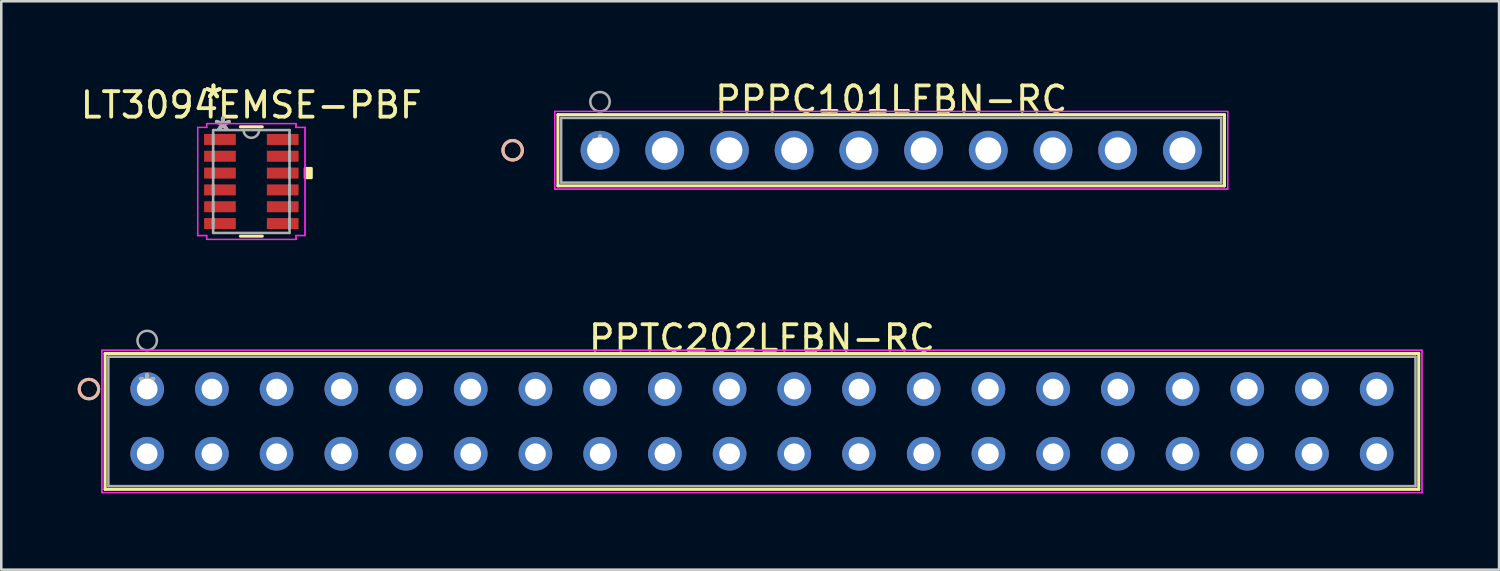
<source format=kicad_pcb>
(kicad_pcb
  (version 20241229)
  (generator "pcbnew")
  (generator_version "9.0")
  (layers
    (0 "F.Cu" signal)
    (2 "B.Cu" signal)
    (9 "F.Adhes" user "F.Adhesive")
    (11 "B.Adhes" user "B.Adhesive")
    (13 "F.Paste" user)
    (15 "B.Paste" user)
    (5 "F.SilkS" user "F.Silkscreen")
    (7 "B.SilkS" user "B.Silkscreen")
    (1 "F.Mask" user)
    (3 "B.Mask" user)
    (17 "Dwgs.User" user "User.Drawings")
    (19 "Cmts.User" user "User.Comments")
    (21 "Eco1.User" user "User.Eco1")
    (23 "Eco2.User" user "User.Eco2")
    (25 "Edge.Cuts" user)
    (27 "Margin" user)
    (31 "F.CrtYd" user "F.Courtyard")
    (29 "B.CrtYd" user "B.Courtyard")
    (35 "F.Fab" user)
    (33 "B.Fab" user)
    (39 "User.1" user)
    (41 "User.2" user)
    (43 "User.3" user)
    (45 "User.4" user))
  (footprint "LT3094EMSE-PBF"
    (layer "F.Cu")
    (at 6.815 4.074)
    (property "Reference" "LT3094EMSE-PBF" (at 0 -3 0) (layer "F.SilkS") (effects (font (size 1 1) (thickness 0.15))))
    (attr through_hole)
    (fp_line (start -0.429 2.146) (end 0.429 2.146) (stroke (width 0.12) (type solid)) (layer "F.SilkS"))
    (fp_line (start 0.429 -2.146) (end -0.429 -2.146) (stroke (width 0.12) (type solid)) (layer "F.SilkS"))
    (fp_poly (pts (xy 2.362 -0.521) (xy 2.362 -0.14) (xy 2.108 -0.14) (xy 2.108 -0.521)) (stroke (width 0.1) (type solid)) (fill yes) (layer "F.SilkS"))
    (fp_line (start -2.108 -2.121) (end -1.753 -2.121) (stroke (width 0.05) (type solid)) (layer "F.CrtYd"))
    (fp_line (start -2.108 -2.121) (end -1.753 -2.121) (stroke (width 0.05) (type solid)) (layer "F.CrtYd"))
    (fp_line (start -2.108 2.121) (end -2.108 -2.121) (stroke (width 0.05) (type solid)) (layer "F.CrtYd"))
    (fp_line (start -2.108 2.121) (end -2.108 -2.121) (stroke (width 0.05) (type solid)) (layer "F.CrtYd"))
    (fp_line (start -2.108 2.121) (end -1.753 2.121) (stroke (width 0.05) (type solid)) (layer "F.CrtYd"))
    (fp_line (start -1.753 -2.273) (end 1.753 -2.273) (stroke (width 0.05) (type solid)) (layer "F.CrtYd"))
    (fp_line (start -1.753 -2.273) (end 1.753 -2.273) (stroke (width 0.05) (type solid)) (layer "F.CrtYd"))
    (fp_line (start -1.753 -2.121) (end -1.753 -2.273) (stroke (width 0.05) (type solid)) (layer "F.CrtYd"))
    (fp_line (start -1.753 -2.121) (end -1.753 -2.273) (stroke (width 0.05) (type solid)) (layer "F.CrtYd"))
    (fp_line (start -1.753 2.121) (end -2.108 2.121) (stroke (width 0.05) (type solid)) (layer "F.CrtYd"))
    (fp_line (start -1.753 2.273) (end -1.753 2.121) (stroke (width 0.05) (type solid)) (layer "F.CrtYd"))
    (fp_line (start -1.753 2.273) (end -1.753 2.121) (stroke (width 0.05) (type solid)) (layer "F.CrtYd"))
    (fp_line (start 1.753 -2.273) (end 1.753 -2.121) (stroke (width 0.05) (type solid)) (layer "F.CrtYd"))
    (fp_line (start 1.753 -2.273) (end 1.753 -2.121) (stroke (width 0.05) (type solid)) (layer "F.CrtYd"))
    (fp_line (start 1.753 -2.121) (end 2.108 -2.121) (stroke (width 0.05) (type solid)) (layer "F.CrtYd"))
    (fp_line (start 1.753 2.121) (end 1.753 2.273) (stroke (width 0.05) (type solid)) (layer "F.CrtYd"))
    (fp_line (start 1.753 2.121) (end 1.753 2.273) (stroke (width 0.05) (type solid)) (layer "F.CrtYd"))
    (fp_line (start 1.753 2.273) (end -1.753 2.273) (stroke (width 0.05) (type solid)) (layer "F.CrtYd"))
    (fp_line (start 1.753 2.273) (end -1.753 2.273) (stroke (width 0.05) (type solid)) (layer "F.CrtYd"))
    (fp_line (start 2.108 -2.121) (end 1.753 -2.121) (stroke (width 0.05) (type solid)) (layer "F.CrtYd"))
    (fp_line (start 2.108 -2.121) (end 2.108 2.121) (stroke (width 0.05) (type solid)) (layer "F.CrtYd"))
    (fp_line (start 2.108 -2.121) (end 2.108 2.121) (stroke (width 0.05) (type solid)) (layer "F.CrtYd"))
    (fp_line (start 2.108 2.121) (end 1.753 2.121) (stroke (width 0.05) (type solid)) (layer "F.CrtYd"))
    (fp_line (start 2.108 2.121) (end 1.753 2.121) (stroke (width 0.05) (type solid)) (layer "F.CrtYd"))
    (fp_line (start -1.499 -2.019) (end -1.499 2.019) (stroke (width 0.1) (type solid)) (layer "F.Fab"))
    (fp_line (start -1.499 -1.841) (end -1.499 -1.841) (stroke (width 0.1) (type solid)) (layer "F.Fab"))
    (fp_line (start -1.499 -1.841) (end -1.499 -1.46) (stroke (width 0.1) (type solid)) (layer "F.Fab"))
    (fp_line (start -1.499 -1.46) (end -1.499 -1.841) (stroke (width 0.1) (type solid)) (layer "F.Fab"))
    (fp_line (start -1.499 -1.46) (end -1.499 -1.46) (stroke (width 0.1) (type solid)) (layer "F.Fab"))
    (fp_line (start -1.499 -1.181) (end -1.499 -1.181) (stroke (width 0.1) (type solid)) (layer "F.Fab"))
    (fp_line (start -1.499 -1.181) (end -1.499 -0.8) (stroke (width 0.1) (type solid)) (layer "F.Fab"))
    (fp_line (start -1.499 -0.8) (end -1.499 -1.181) (stroke (width 0.1) (type solid)) (layer "F.Fab"))
    (fp_line (start -1.499 -0.8) (end -1.499 -0.8) (stroke (width 0.1) (type solid)) (layer "F.Fab"))
    (fp_line (start -1.499 -0.521) (end -1.499 -0.521) (stroke (width 0.1) (type solid)) (layer "F.Fab"))
    (fp_line (start -1.499 -0.521) (end -1.499 -0.14) (stroke (width 0.1) (type solid)) (layer "F.Fab"))
    (fp_line (start -1.499 -0.14) (end -1.499 -0.521) (stroke (width 0.1) (type solid)) (layer "F.Fab"))
    (fp_line (start -1.499 -0.14) (end -1.499 -0.14) (stroke (width 0.1) (type solid)) (layer "F.Fab"))
    (fp_line (start -1.499 0.14) (end -1.499 0.14) (stroke (width 0.1) (type solid)) (layer "F.Fab"))
    (fp_line (start -1.499 0.14) (end -1.499 0.521) (stroke (width 0.1) (type solid)) (layer "F.Fab"))
    (fp_line (start -1.499 0.521) (end -1.499 0.14) (stroke (width 0.1) (type solid)) (layer "F.Fab"))
    (fp_line (start -1.499 0.521) (end -1.499 0.521) (stroke (width 0.1) (type solid)) (layer "F.Fab"))
    (fp_line (start -1.499 0.8) (end -1.499 0.8) (stroke (width 0.1) (type solid)) (layer "F.Fab"))
    (fp_line (start -1.499 0.8) (end -1.499 1.181) (stroke (width 0.1) (type solid)) (layer "F.Fab"))
    (fp_line (start -1.499 1.181) (end -1.499 0.8) (stroke (width 0.1) (type solid)) (layer "F.Fab"))
    (fp_line (start -1.499 1.181) (end -1.499 1.181) (stroke (width 0.1) (type solid)) (layer "F.Fab"))
    (fp_line (start -1.499 1.46) (end -1.499 1.46) (stroke (width 0.1) (type solid)) (layer "F.Fab"))
    (fp_line (start -1.499 1.46) (end -1.499 1.841) (stroke (width 0.1) (type solid)) (layer "F.Fab"))
    (fp_line (start -1.499 1.841) (end -1.499 1.46) (stroke (width 0.1) (type solid)) (layer "F.Fab"))
    (fp_line (start -1.499 1.841) (end -1.499 1.841) (stroke (width 0.1) (type solid)) (layer "F.Fab"))
    (fp_line (start -1.499 2.019) (end 1.499 2.019) (stroke (width 0.1) (type solid)) (layer "F.Fab"))
    (fp_line (start 1.499 -2.019) (end -1.499 -2.019) (stroke (width 0.1) (type solid)) (layer "F.Fab"))
    (fp_line (start 1.499 -1.841) (end 1.499 -1.841) (stroke (width 0.1) (type solid)) (layer "F.Fab"))
    (fp_line (start 1.499 -1.841) (end 1.499 -1.46) (stroke (width 0.1) (type solid)) (layer "F.Fab"))
    (fp_line (start 1.499 -1.46) (end 1.499 -1.841) (stroke (width 0.1) (type solid)) (layer "F.Fab"))
    (fp_line (start 1.499 -1.46) (end 1.499 -1.46) (stroke (width 0.1) (type solid)) (layer "F.Fab"))
    (fp_line (start 1.499 -1.181) (end 1.499 -1.181) (stroke (width 0.1) (type solid)) (layer "F.Fab"))
    (fp_line (start 1.499 -1.181) (end 1.499 -0.8) (stroke (width 0.1) (type solid)) (layer "F.Fab"))
    (fp_line (start 1.499 -0.8) (end 1.499 -1.181) (stroke (width 0.1) (type solid)) (layer "F.Fab"))
    (fp_line (start 1.499 -0.8) (end 1.499 -0.8) (stroke (width 0.1) (type solid)) (layer "F.Fab"))
    (fp_line (start 1.499 -0.521) (end 1.499 -0.521) (stroke (width 0.1) (type solid)) (layer "F.Fab"))
    (fp_line (start 1.499 -0.521) (end 1.499 -0.14) (stroke (width 0.1) (type solid)) (layer "F.Fab"))
    (fp_line (start 1.499 -0.14) (end 1.499 -0.521) (stroke (width 0.1) (type solid)) (layer "F.Fab"))
    (fp_line (start 1.499 -0.14) (end 1.499 -0.14) (stroke (width 0.1) (type solid)) (layer "F.Fab"))
    (fp_line (start 1.499 0.14) (end 1.499 0.14) (stroke (width 0.1) (type solid)) (layer "F.Fab"))
    (fp_line (start 1.499 0.14) (end 1.499 0.521) (stroke (width 0.1) (type solid)) (layer "F.Fab"))
    (fp_line (start 1.499 0.521) (end 1.499 0.14) (stroke (width 0.1) (type solid)) (layer "F.Fab"))
    (fp_line (start 1.499 0.521) (end 1.499 0.521) (stroke (width 0.1) (type solid)) (layer "F.Fab"))
    (fp_line (start 1.499 0.8) (end 1.499 0.8) (stroke (width 0.1) (type solid)) (layer "F.Fab"))
    (fp_line (start 1.499 0.8) (end 1.499 1.181) (stroke (width 0.1) (type solid)) (layer "F.Fab"))
    (fp_line (start 1.499 1.181) (end 1.499 0.8) (stroke (width 0.1) (type solid)) (layer "F.Fab"))
    (fp_line (start 1.499 1.181) (end 1.499 1.181) (stroke (width 0.1) (type solid)) (layer "F.Fab"))
    (fp_line (start 1.499 1.46) (end 1.499 1.46) (stroke (width 0.1) (type solid)) (layer "F.Fab"))
    (fp_line (start 1.499 1.46) (end 1.499 1.841) (stroke (width 0.1) (type solid)) (layer "F.Fab"))
    (fp_line (start 1.499 1.841) (end 1.499 1.46) (stroke (width 0.1) (type solid)) (layer "F.Fab"))
    (fp_line (start 1.499 1.841) (end 1.499 1.841) (stroke (width 0.1) (type solid)) (layer "F.Fab"))
    (fp_line (start 1.499 2.019) (end 1.499 -2.019) (stroke (width 0.1) (type solid)) (layer "F.Fab"))
    (fp_arc (start 0.3048 -2.0193) (mid 0 -1.7145) (end -0.3048 -2.0193) (stroke (width 0.1) (type solid)) (layer "F.Fab"))
    (fp_text user "*" (at -1.486 -3.226 0) (layer "F.SilkS") (effects (font (size 1 1) (thickness 0.15))))
    (fp_text user "*" (at -1.486 -3.226 0) (layer "F.SilkS") (effects (font (size 1 1) (thickness 0.15))))
    (fp_text user "*" (at -1.118 -1.943 0) (layer "F.Fab") (effects (font (size 1 1) (thickness 0.15))))
    (fp_text user "*" (at -1.118 -1.943 0) (layer "F.Fab") (effects (font (size 1 1) (thickness 0.15))))
    (pad "1" smd rect (at -1.232 -1.651) (size 1.245 0.432) (layers "F.Cu" "F.Mask" "F.Paste"))
    (pad "2" smd rect (at -1.232 -0.991) (size 1.245 0.432) (layers "F.Cu" "F.Mask" "F.Paste"))
    (pad "3" smd rect (at -1.232 -0.33) (size 1.245 0.432) (layers "F.Cu" "F.Mask" "F.Paste"))
    (pad "4" smd rect (at -1.232 0.33) (size 1.245 0.432) (layers "F.Cu" "F.Mask" "F.Paste"))
    (pad "5" smd rect (at -1.232 0.991) (size 1.245 0.432) (layers "F.Cu" "F.Mask" "F.Paste"))
    (pad "6" smd rect (at -1.232 1.651) (size 1.245 0.432) (layers "F.Cu" "F.Mask" "F.Paste"))
    (pad "7" smd rect (at 1.232 1.651) (size 1.245 0.432) (layers "F.Cu" "F.Mask" "F.Paste"))
    (pad "8" smd rect (at 1.232 0.991) (size 1.245 0.432) (layers "F.Cu" "F.Mask" "F.Paste"))
    (pad "9" smd rect (at 1.232 0.33) (size 1.245 0.432) (layers "F.Cu" "F.Mask" "F.Paste"))
    (pad "10" smd rect (at 1.232 -0.33) (size 1.245 0.432) (layers "F.Cu" "F.Mask" "F.Paste"))
    (pad "11" smd rect (at 1.232 -0.991) (size 1.245 0.432) (layers "F.Cu" "F.Mask" "F.Paste"))
    (pad "12" smd rect (at 1.232 -1.651) (size 1.245 0.432) (layers "F.Cu" "F.Mask" "F.Paste")))
  (footprint "PPTC202LFBN-RC"
    (layer "F.Cu")
    (at 2.727 12.221)
    (property "Reference" "PPTC202LFBN-RC" (at 24.13 -2 0) (layer "F.SilkS") (effects (font (size 1 1) (thickness 0.15))))
    (attr through_hole)
    (fp_line (start -1.651 -1.397) (end -1.651 3.937) (stroke (width 0.12) (type solid)) (layer "F.SilkS"))
    (fp_line (start -1.651 3.937) (end 49.911 3.937) (stroke (width 0.12) (type solid)) (layer "F.SilkS"))
    (fp_line (start 49.911 -1.397) (end -1.651 -1.397) (stroke (width 0.12) (type solid)) (layer "F.SilkS"))
    (fp_line (start 49.911 3.937) (end 49.911 -1.397) (stroke (width 0.12) (type solid)) (layer "F.SilkS"))
    (fp_circle (center -2.286 0) (end -1.905 0) (stroke (width 0.12) (type solid)) (fill no) (layer "F.SilkS"))
    (fp_circle (center -2.286 0) (end -1.905 0) (stroke (width 0.12) (type solid)) (fill no) (layer "B.SilkS"))
    (fp_line (start -1.778 -1.524) (end -1.778 4.064) (stroke (width 0.05) (type solid)) (layer "F.CrtYd"))
    (fp_line (start -1.778 -1.524) (end -1.778 4.064) (stroke (width 0.05) (type solid)) (layer "F.CrtYd"))
    (fp_line (start -1.778 4.064) (end 50.038 4.064) (stroke (width 0.05) (type solid)) (layer "F.CrtYd"))
    (fp_line (start -1.778 4.064) (end 50.038 4.064) (stroke (width 0.05) (type solid)) (layer "F.CrtYd"))
    (fp_line (start 50.038 -1.524) (end -1.778 -1.524) (stroke (width 0.05) (type solid)) (layer "F.CrtYd"))
    (fp_line (start 50.038 -1.524) (end -1.778 -1.524) (stroke (width 0.05) (type solid)) (layer "F.CrtYd"))
    (fp_line (start 50.038 4.064) (end 50.038 -1.524) (stroke (width 0.05) (type solid)) (layer "F.CrtYd"))
    (fp_line (start 50.038 4.064) (end 50.038 -1.524) (stroke (width 0.05) (type solid)) (layer "F.CrtYd"))
    (fp_line (start -1.524 -1.27) (end -1.524 3.81) (stroke (width 0.1) (type solid)) (layer "F.Fab"))
    (fp_line (start -1.524 3.81) (end 49.784 3.81) (stroke (width 0.1) (type solid)) (layer "F.Fab"))
    (fp_line (start 49.784 -1.27) (end -1.524 -1.27) (stroke (width 0.1) (type solid)) (layer "F.Fab"))
    (fp_line (start 49.784 3.81) (end 49.784 -1.27) (stroke (width 0.1) (type solid)) (layer "F.Fab"))
    (fp_circle (center 0 -1.905) (end 0.381 -1.905) (stroke (width 0.1) (type solid)) (fill no) (layer "F.Fab"))
    (fp_text user "*" (at 0 0 0) (layer "F.SilkS") (effects (font (size 1 1) (thickness 0.15))))
    (fp_text user "*" (at 0 0 0) (layer "F.Fab") (effects (font (size 1 1) (thickness 0.15))))
    (pad "1" thru_hole circle (at 0 0) (size 1.321 1.321) (drill 0.813) (layers "*.Cu" "*.Mask"))
    (pad "2" thru_hole circle (at 0 2.54) (size 1.321 1.321) (drill 0.813) (layers "*.Cu" "*.Mask"))
    (pad "3" thru_hole circle (at 2.54 0) (size 1.321 1.321) (drill 0.813) (layers "*.Cu" "*.Mask"))
    (pad "4" thru_hole circle (at 2.54 2.54) (size 1.321 1.321) (drill 0.813) (layers "*.Cu" "*.Mask"))
    (pad "5" thru_hole circle (at 5.08 0) (size 1.321 1.321) (drill 0.813) (layers "*.Cu" "*.Mask"))
    (pad "6" thru_hole circle (at 5.08 2.54) (size 1.321 1.321) (drill 0.813) (layers "*.Cu" "*.Mask"))
    (pad "7" thru_hole circle (at 7.62 0) (size 1.321 1.321) (drill 0.813) (layers "*.Cu" "*.Mask"))
    (pad "8" thru_hole circle (at 7.62 2.54) (size 1.321 1.321) (drill 0.813) (layers "*.Cu" "*.Mask"))
    (pad "9" thru_hole circle (at 10.16 0) (size 1.321 1.321) (drill 0.813) (layers "*.Cu" "*.Mask"))
    (pad "10" thru_hole circle (at 10.16 2.54) (size 1.321 1.321) (drill 0.813) (layers "*.Cu" "*.Mask"))
    (pad "11" thru_hole circle (at 12.7 0) (size 1.321 1.321) (drill 0.813) (layers "*.Cu" "*.Mask"))
    (pad "12" thru_hole circle (at 12.7 2.54) (size 1.321 1.321) (drill 0.813) (layers "*.Cu" "*.Mask"))
    (pad "13" thru_hole circle (at 15.24 0) (size 1.321 1.321) (drill 0.813) (layers "*.Cu" "*.Mask"))
    (pad "14" thru_hole circle (at 15.24 2.54) (size 1.321 1.321) (drill 0.813) (layers "*.Cu" "*.Mask"))
    (pad "15" thru_hole circle (at 17.78 0) (size 1.321 1.321) (drill 0.813) (layers "*.Cu" "*.Mask"))
    (pad "16" thru_hole circle (at 17.78 2.54) (size 1.321 1.321) (drill 0.813) (layers "*.Cu" "*.Mask"))
    (pad "17" thru_hole circle (at 20.32 0) (size 1.321 1.321) (drill 0.813) (layers "*.Cu" "*.Mask"))
    (pad "18" thru_hole circle (at 20.32 2.54) (size 1.321 1.321) (drill 0.813) (layers "*.Cu" "*.Mask"))
    (pad "19" thru_hole circle (at 22.86 0) (size 1.321 1.321) (drill 0.813) (layers "*.Cu" "*.Mask"))
    (pad "20" thru_hole circle (at 22.86 2.54) (size 1.321 1.321) (drill 0.813) (layers "*.Cu" "*.Mask"))
    (pad "21" thru_hole circle (at 25.4 0) (size 1.321 1.321) (drill 0.813) (layers "*.Cu" "*.Mask"))
    (pad "22" thru_hole circle (at 25.4 2.54) (size 1.321 1.321) (drill 0.813) (layers "*.Cu" "*.Mask"))
    (pad "23" thru_hole circle (at 27.94 0) (size 1.321 1.321) (drill 0.813) (layers "*.Cu" "*.Mask"))
    (pad "24" thru_hole circle (at 27.94 2.54) (size 1.321 1.321) (drill 0.813) (layers "*.Cu" "*.Mask"))
    (pad "25" thru_hole circle (at 30.48 0) (size 1.321 1.321) (drill 0.813) (layers "*.Cu" "*.Mask"))
    (pad "26" thru_hole circle (at 30.48 2.54) (size 1.321 1.321) (drill 0.813) (layers "*.Cu" "*.Mask"))
    (pad "27" thru_hole circle (at 33.02 0) (size 1.321 1.321) (drill 0.813) (layers "*.Cu" "*.Mask"))
    (pad "28" thru_hole circle (at 33.02 2.54) (size 1.321 1.321) (drill 0.813) (layers "*.Cu" "*.Mask"))
    (pad "29" thru_hole circle (at 35.56 0) (size 1.321 1.321) (drill 0.813) (layers "*.Cu" "*.Mask"))
    (pad "30" thru_hole circle (at 35.56 2.54) (size 1.321 1.321) (drill 0.813) (layers "*.Cu" "*.Mask"))
    (pad "31" thru_hole circle (at 38.1 0) (size 1.321 1.321) (drill 0.813) (layers "*.Cu" "*.Mask"))
    (pad "32" thru_hole circle (at 38.1 2.54) (size 1.321 1.321) (drill 0.813) (layers "*.Cu" "*.Mask"))
    (pad "33" thru_hole circle (at 40.64 0) (size 1.321 1.321) (drill 0.813) (layers "*.Cu" "*.Mask"))
    (pad "34" thru_hole circle (at 40.64 2.54) (size 1.321 1.321) (drill 0.813) (layers "*.Cu" "*.Mask"))
    (pad "35" thru_hole circle (at 43.18 0) (size 1.321 1.321) (drill 0.813) (layers "*.Cu" "*.Mask"))
    (pad "36" thru_hole circle (at 43.18 2.54) (size 1.321 1.321) (drill 0.813) (layers "*.Cu" "*.Mask"))
    (pad "37" thru_hole circle (at 45.72 0) (size 1.321 1.321) (drill 0.813) (layers "*.Cu" "*.Mask"))
    (pad "38" thru_hole circle (at 45.72 2.54) (size 1.321 1.321) (drill 0.813) (layers "*.Cu" "*.Mask"))
    (pad "39" thru_hole circle (at 48.26 0) (size 1.321 1.321) (drill 0.813) (layers "*.Cu" "*.Mask"))
    (pad "40" thru_hole circle (at 48.26 2.54) (size 1.321 1.321) (drill 0.813) (layers "*.Cu" "*.Mask")))
  (footprint "PPPC101LFBN-RC"
    (layer "F.Cu")
    (at 20.501 2.848)
    (property "Reference" "PPPC101LFBN-RC" (at 11.43 -2 0) (layer "F.SilkS") (effects (font (size 1 1) (thickness 0.15))))
    (attr through_hole)
    (fp_line (start -1.651 -1.397) (end -1.651 1.397) (stroke (width 0.12) (type solid)) (layer "F.SilkS"))
    (fp_line (start -1.651 1.397) (end 24.511 1.397) (stroke (width 0.12) (type solid)) (layer "F.SilkS"))
    (fp_line (start 24.511 -1.397) (end -1.651 -1.397) (stroke (width 0.12) (type solid)) (layer "F.SilkS"))
    (fp_line (start 24.511 1.397) (end 24.511 -1.397) (stroke (width 0.12) (type solid)) (layer "F.SilkS"))
    (fp_circle (center -3.429 0) (end -3.048 0) (stroke (width 0.12) (type solid)) (fill no) (layer "F.SilkS"))
    (fp_circle (center -3.429 0) (end -3.048 0) (stroke (width 0.12) (type solid)) (fill no) (layer "B.SilkS"))
    (fp_line (start -1.778 -1.524) (end -1.778 1.524) (stroke (width 0.05) (type solid)) (layer "F.CrtYd"))
    (fp_line (start -1.778 -1.524) (end -1.778 1.524) (stroke (width 0.05) (type solid)) (layer "F.CrtYd"))
    (fp_line (start -1.778 1.524) (end 24.638 1.524) (stroke (width 0.05) (type solid)) (layer "F.CrtYd"))
    (fp_line (start -1.778 1.524) (end 24.638 1.524) (stroke (width 0.05) (type solid)) (layer "F.CrtYd"))
    (fp_line (start 24.638 -1.524) (end -1.778 -1.524) (stroke (width 0.05) (type solid)) (layer "F.CrtYd"))
    (fp_line (start 24.638 -1.524) (end -1.778 -1.524) (stroke (width 0.05) (type solid)) (layer "F.CrtYd"))
    (fp_line (start 24.638 1.524) (end 24.638 -1.524) (stroke (width 0.05) (type solid)) (layer "F.CrtYd"))
    (fp_line (start 24.638 1.524) (end 24.638 -1.524) (stroke (width 0.05) (type solid)) (layer "F.CrtYd"))
    (fp_line (start -1.524 -1.27) (end -1.524 1.27) (stroke (width 0.1) (type solid)) (layer "F.Fab"))
    (fp_line (start -1.524 1.27) (end 24.384 1.27) (stroke (width 0.1) (type solid)) (layer "F.Fab"))
    (fp_line (start 24.384 -1.27) (end -1.524 -1.27) (stroke (width 0.1) (type solid)) (layer "F.Fab"))
    (fp_line (start 24.384 1.27) (end 24.384 -1.27) (stroke (width 0.1) (type solid)) (layer "F.Fab"))
    (fp_circle (center 0 -1.905) (end 0.381 -1.905) (stroke (width 0.1) (type solid)) (fill no) (layer "F.Fab"))
    (fp_text user "*" (at 0 0 0) (layer "F.SilkS") (effects (font (size 1 1) (thickness 0.15))))
    (fp_text user "*" (at 0 0 0) (layer "F.Fab") (effects (font (size 1 1) (thickness 0.15))))
    (pad "1" thru_hole circle (at 0 0) (size 1.524 1.524) (drill 1.016) (layers "*.Cu" "*.Mask"))
    (pad "2" thru_hole circle (at 2.54 0) (size 1.524 1.524) (drill 1.016) (layers "*.Cu" "*.Mask"))
    (pad "3" thru_hole circle (at 5.08 0) (size 1.524 1.524) (drill 1.016) (layers "*.Cu" "*.Mask"))
    (pad "4" thru_hole circle (at 7.62 0) (size 1.524 1.524) (drill 1.016) (layers "*.Cu" "*.Mask"))
    (pad "5" thru_hole circle (at 10.16 0) (size 1.524 1.524) (drill 1.016) (layers "*.Cu" "*.Mask"))
    (pad "6" thru_hole circle (at 12.7 0) (size 1.524 1.524) (drill 1.016) (layers "*.Cu" "*.Mask"))
    (pad "7" thru_hole circle (at 15.24 0) (size 1.524 1.524) (drill 1.016) (layers "*.Cu" "*.Mask"))
    (pad "8" thru_hole circle (at 17.78 0) (size 1.524 1.524) (drill 1.016) (layers "*.Cu" "*.Mask"))
    (pad "9" thru_hole circle (at 20.32 0) (size 1.524 1.524) (drill 1.016) (layers "*.Cu" "*.Mask"))
    (pad "10" thru_hole circle (at 22.86 0) (size 1.524 1.524) (drill 1.016) (layers "*.Cu" "*.Mask")))
  (gr_rect
    (start -3 -3)
    (end 55.79 19.31)
    (stroke (width 0.1) (type default))
    (fill no)
    (layer "Edge.Cuts")))
</source>
